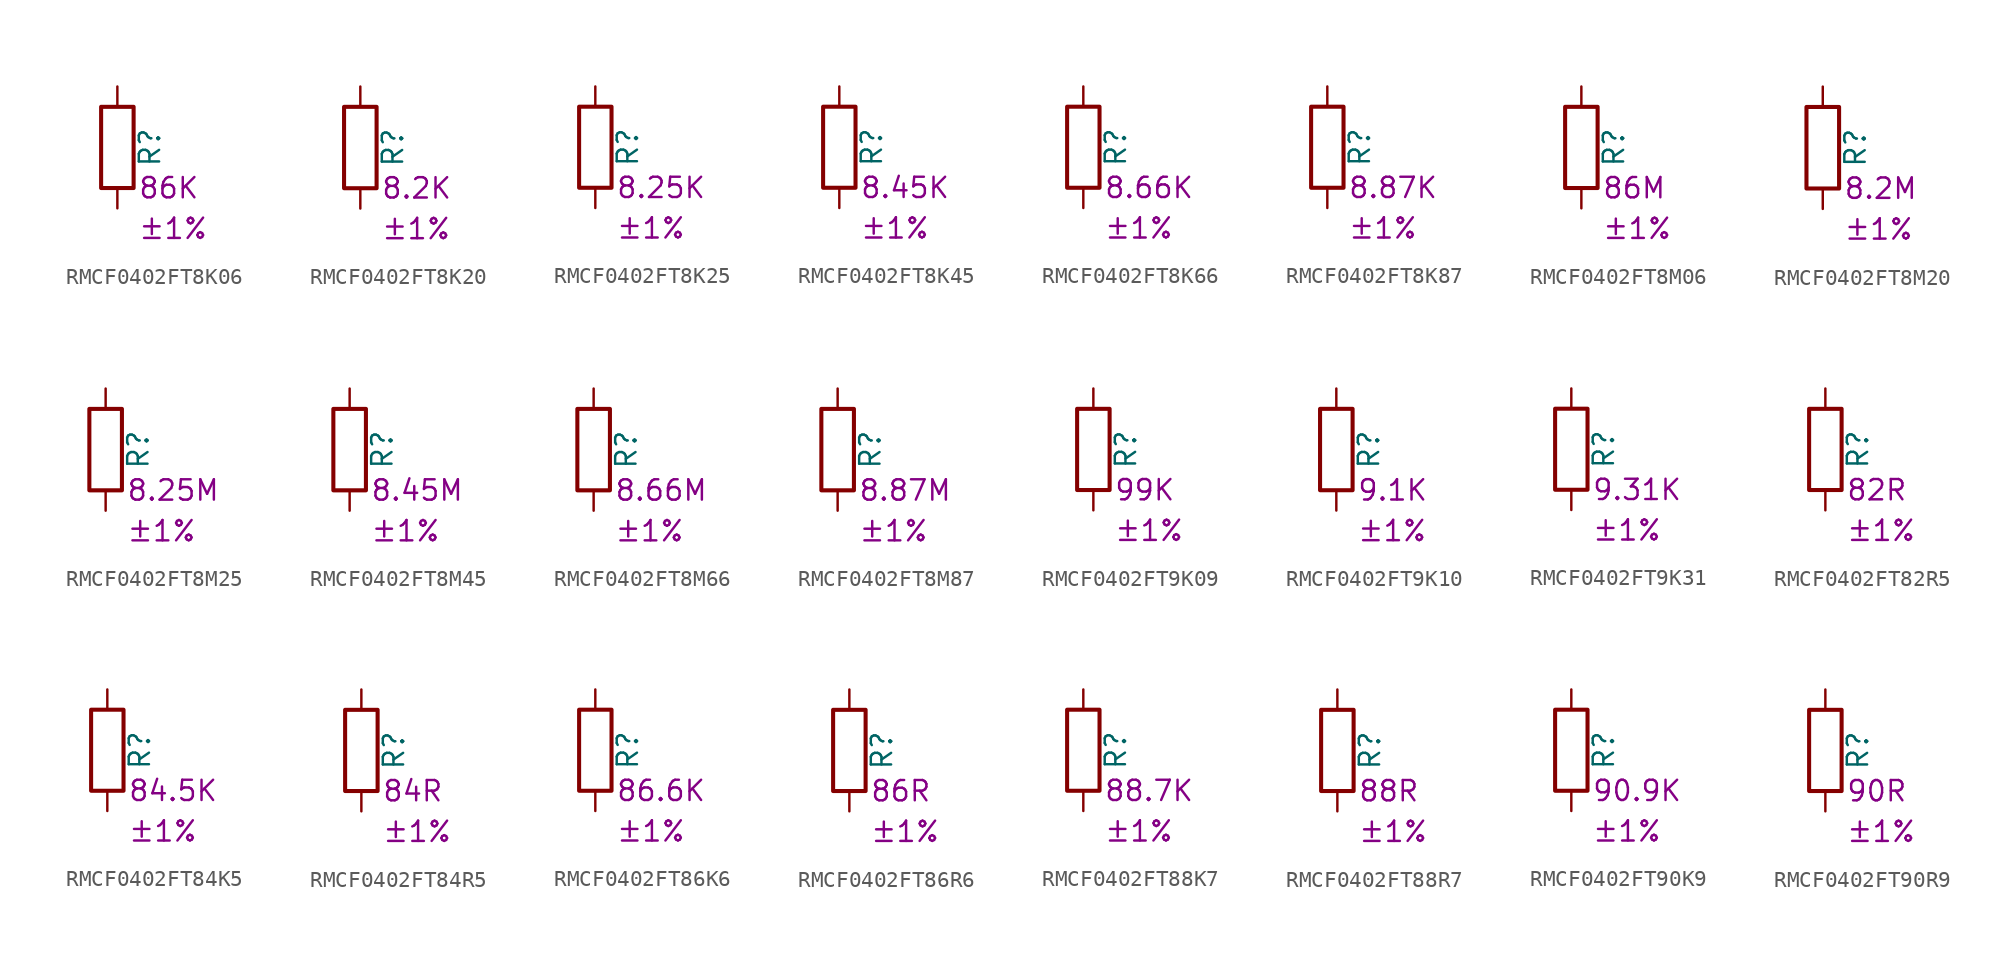
<source format=kicad_sym>
(kicad_symbol_lib
  (version 20220914)
  (generator kicad_symbol_editor)
  (symbol "RMCF0402FT8K06"
    (pin_numbers hide)
    (pin_names
      (offset 0))
    (property "Reference" "R"
      (at 2.032 0 90)
      (effects (font (size 1.27 1.27))))
    (property "Resistance" "86K"
      (at 1.27 -2.54 0)
      (effects (font (size 1.27 1.27)) (justify left)))
    (property "Tolerance" "±1%"
      (at 1.27 -5.08 0)
      (effects (font (size 1.27 1.27)) (justify left)))
    (symbol "RMCF0402FT8K06_0_1"
      (rectangle (start -1.016 -2.54) (end 1.016 2.54) (stroke (width 0.254) (type default)) (fill (type none))))
    (symbol "RMCF0402FT8K06_1_1"
      (pin passive line (at 0 3.81 270) (length 1.27) (name "~" (effects (font (size 1.27 1.27)))) (number "1" (effects (font (size 1.27 1.27)))))
      (pin passive line (at 0 -3.81 90) (length 1.27) (name "~" (effects (font (size 1.27 1.27)))) (number "2" (effects (font (size 1.27 1.27)))))))
  (symbol "RMCF0402FT8K20"
    (pin_numbers hide)
    (pin_names
      (offset 0))
    (property "Reference" "R"
      (at 2.032 0 90)
      (effects (font (size 1.27 1.27))))
    (property "Resistance" "8.2K"
      (at 1.27 -2.54 0)
      (effects (font (size 1.27 1.27)) (justify left)))
    (property "Tolerance" "±1%"
      (at 1.27 -5.08 0)
      (effects (font (size 1.27 1.27)) (justify left)))
    (symbol "RMCF0402FT8K20_0_1"
      (rectangle (start -1.016 -2.54) (end 1.016 2.54) (stroke (width 0.254) (type default)) (fill (type none))))
    (symbol "RMCF0402FT8K20_1_1"
      (pin passive line (at 0 3.81 270) (length 1.27) (name "~" (effects (font (size 1.27 1.27)))) (number "1" (effects (font (size 1.27 1.27)))))
      (pin passive line (at 0 -3.81 90) (length 1.27) (name "~" (effects (font (size 1.27 1.27)))) (number "2" (effects (font (size 1.27 1.27)))))))
  (symbol "RMCF0402FT8K25"
    (pin_numbers hide)
    (pin_names
      (offset 0))
    (property "Reference" "R"
      (at 2.032 0 90)
      (effects (font (size 1.27 1.27))))
    (property "Resistance" "8.25K"
      (at 1.27 -2.54 0)
      (effects (font (size 1.27 1.27)) (justify left)))
    (property "Tolerance" "±1%"
      (at 1.27 -5.08 0)
      (effects (font (size 1.27 1.27)) (justify left)))
    (symbol "RMCF0402FT8K25_0_1"
      (rectangle (start -1.016 -2.54) (end 1.016 2.54) (stroke (width 0.254) (type default)) (fill (type none))))
    (symbol "RMCF0402FT8K25_1_1"
      (pin passive line (at 0 3.81 270) (length 1.27) (name "~" (effects (font (size 1.27 1.27)))) (number "1" (effects (font (size 1.27 1.27)))))
      (pin passive line (at 0 -3.81 90) (length 1.27) (name "~" (effects (font (size 1.27 1.27)))) (number "2" (effects (font (size 1.27 1.27)))))))
  (symbol "RMCF0402FT8K45"
    (pin_numbers hide)
    (pin_names
      (offset 0))
    (property "Reference" "R"
      (at 2.032 0 90)
      (effects (font (size 1.27 1.27))))
    (property "Resistance" "8.45K"
      (at 1.27 -2.54 0)
      (effects (font (size 1.27 1.27)) (justify left)))
    (property "Tolerance" "±1%"
      (at 1.27 -5.08 0)
      (effects (font (size 1.27 1.27)) (justify left)))
    (symbol "RMCF0402FT8K45_0_1"
      (rectangle (start -1.016 -2.54) (end 1.016 2.54) (stroke (width 0.254) (type default)) (fill (type none))))
    (symbol "RMCF0402FT8K45_1_1"
      (pin passive line (at 0 3.81 270) (length 1.27) (name "~" (effects (font (size 1.27 1.27)))) (number "1" (effects (font (size 1.27 1.27)))))
      (pin passive line (at 0 -3.81 90) (length 1.27) (name "~" (effects (font (size 1.27 1.27)))) (number "2" (effects (font (size 1.27 1.27)))))))
  (symbol "RMCF0402FT8K66"
    (pin_numbers hide)
    (pin_names
      (offset 0))
    (property "Reference" "R"
      (at 2.032 0 90)
      (effects (font (size 1.27 1.27))))
    (property "Resistance" "8.66K"
      (at 1.27 -2.54 0)
      (effects (font (size 1.27 1.27)) (justify left)))
    (property "Tolerance" "±1%"
      (at 1.27 -5.08 0)
      (effects (font (size 1.27 1.27)) (justify left)))
    (symbol "RMCF0402FT8K66_0_1"
      (rectangle (start -1.016 -2.54) (end 1.016 2.54) (stroke (width 0.254) (type default)) (fill (type none))))
    (symbol "RMCF0402FT8K66_1_1"
      (pin passive line (at 0 3.81 270) (length 1.27) (name "~" (effects (font (size 1.27 1.27)))) (number "1" (effects (font (size 1.27 1.27)))))
      (pin passive line (at 0 -3.81 90) (length 1.27) (name "~" (effects (font (size 1.27 1.27)))) (number "2" (effects (font (size 1.27 1.27)))))))
  (symbol "RMCF0402FT8K87"
    (pin_numbers hide)
    (pin_names
      (offset 0))
    (property "Reference" "R"
      (at 2.032 0 90)
      (effects (font (size 1.27 1.27))))
    (property "Resistance" "8.87K"
      (at 1.27 -2.54 0)
      (effects (font (size 1.27 1.27)) (justify left)))
    (property "Tolerance" "±1%"
      (at 1.27 -5.08 0)
      (effects (font (size 1.27 1.27)) (justify left)))
    (symbol "RMCF0402FT8K87_0_1"
      (rectangle (start -1.016 -2.54) (end 1.016 2.54) (stroke (width 0.254) (type default)) (fill (type none))))
    (symbol "RMCF0402FT8K87_1_1"
      (pin passive line (at 0 3.81 270) (length 1.27) (name "~" (effects (font (size 1.27 1.27)))) (number "1" (effects (font (size 1.27 1.27)))))
      (pin passive line (at 0 -3.81 90) (length 1.27) (name "~" (effects (font (size 1.27 1.27)))) (number "2" (effects (font (size 1.27 1.27)))))))
  (symbol "RMCF0402FT8M06"
    (pin_numbers hide)
    (pin_names
      (offset 0))
    (property "Reference" "R"
      (at 2.032 0 90)
      (effects (font (size 1.27 1.27))))
    (property "Resistance" "86M"
      (at 1.27 -2.54 0)
      (effects (font (size 1.27 1.27)) (justify left)))
    (property "Tolerance" "±1%"
      (at 1.27 -5.08 0)
      (effects (font (size 1.27 1.27)) (justify left)))
    (symbol "RMCF0402FT8M06_0_1"
      (rectangle (start -1.016 -2.54) (end 1.016 2.54) (stroke (width 0.254) (type default)) (fill (type none))))
    (symbol "RMCF0402FT8M06_1_1"
      (pin passive line (at 0 3.81 270) (length 1.27) (name "~" (effects (font (size 1.27 1.27)))) (number "1" (effects (font (size 1.27 1.27)))))
      (pin passive line (at 0 -3.81 90) (length 1.27) (name "~" (effects (font (size 1.27 1.27)))) (number "2" (effects (font (size 1.27 1.27)))))))
  (symbol "RMCF0402FT8M20"
    (pin_numbers hide)
    (pin_names
      (offset 0))
    (property "Reference" "R"
      (at 2.032 0 90)
      (effects (font (size 1.27 1.27))))
    (property "Resistance" "8.2M"
      (at 1.27 -2.54 0)
      (effects (font (size 1.27 1.27)) (justify left)))
    (property "Tolerance" "±1%"
      (at 1.27 -5.08 0)
      (effects (font (size 1.27 1.27)) (justify left)))
    (symbol "RMCF0402FT8M20_0_1"
      (rectangle (start -1.016 -2.54) (end 1.016 2.54) (stroke (width 0.254) (type default)) (fill (type none))))
    (symbol "RMCF0402FT8M20_1_1"
      (pin passive line (at 0 3.81 270) (length 1.27) (name "~" (effects (font (size 1.27 1.27)))) (number "1" (effects (font (size 1.27 1.27)))))
      (pin passive line (at 0 -3.81 90) (length 1.27) (name "~" (effects (font (size 1.27 1.27)))) (number "2" (effects (font (size 1.27 1.27)))))))
  (symbol "RMCF0402FT8M25"
    (pin_numbers hide)
    (pin_names
      (offset 0))
    (property "Reference" "R"
      (at 2.032 0 90)
      (effects (font (size 1.27 1.27))))
    (property "Resistance" "8.25M"
      (at 1.27 -2.54 0)
      (effects (font (size 1.27 1.27)) (justify left)))
    (property "Tolerance" "±1%"
      (at 1.27 -5.08 0)
      (effects (font (size 1.27 1.27)) (justify left)))
    (symbol "RMCF0402FT8M25_0_1"
      (rectangle (start -1.016 -2.54) (end 1.016 2.54) (stroke (width 0.254) (type default)) (fill (type none))))
    (symbol "RMCF0402FT8M25_1_1"
      (pin passive line (at 0 3.81 270) (length 1.27) (name "~" (effects (font (size 1.27 1.27)))) (number "1" (effects (font (size 1.27 1.27)))))
      (pin passive line (at 0 -3.81 90) (length 1.27) (name "~" (effects (font (size 1.27 1.27)))) (number "2" (effects (font (size 1.27 1.27)))))))
  (symbol "RMCF0402FT8M45"
    (pin_numbers hide)
    (pin_names
      (offset 0))
    (property "Reference" "R"
      (at 2.032 0 90)
      (effects (font (size 1.27 1.27))))
    (property "Resistance" "8.45M"
      (at 1.27 -2.54 0)
      (effects (font (size 1.27 1.27)) (justify left)))
    (property "Tolerance" "±1%"
      (at 1.27 -5.08 0)
      (effects (font (size 1.27 1.27)) (justify left)))
    (symbol "RMCF0402FT8M45_0_1"
      (rectangle (start -1.016 -2.54) (end 1.016 2.54) (stroke (width 0.254) (type default)) (fill (type none))))
    (symbol "RMCF0402FT8M45_1_1"
      (pin passive line (at 0 3.81 270) (length 1.27) (name "~" (effects (font (size 1.27 1.27)))) (number "1" (effects (font (size 1.27 1.27)))))
      (pin passive line (at 0 -3.81 90) (length 1.27) (name "~" (effects (font (size 1.27 1.27)))) (number "2" (effects (font (size 1.27 1.27)))))))
  (symbol "RMCF0402FT8M66"
    (pin_numbers hide)
    (pin_names
      (offset 0))
    (property "Reference" "R"
      (at 2.032 0 90)
      (effects (font (size 1.27 1.27))))
    (property "Resistance" "8.66M"
      (at 1.27 -2.54 0)
      (effects (font (size 1.27 1.27)) (justify left)))
    (property "Tolerance" "±1%"
      (at 1.27 -5.08 0)
      (effects (font (size 1.27 1.27)) (justify left)))
    (symbol "RMCF0402FT8M66_0_1"
      (rectangle (start -1.016 -2.54) (end 1.016 2.54) (stroke (width 0.254) (type default)) (fill (type none))))
    (symbol "RMCF0402FT8M66_1_1"
      (pin passive line (at 0 3.81 270) (length 1.27) (name "~" (effects (font (size 1.27 1.27)))) (number "1" (effects (font (size 1.27 1.27)))))
      (pin passive line (at 0 -3.81 90) (length 1.27) (name "~" (effects (font (size 1.27 1.27)))) (number "2" (effects (font (size 1.27 1.27)))))))
  (symbol "RMCF0402FT8M87"
    (pin_numbers hide)
    (pin_names
      (offset 0))
    (property "Reference" "R"
      (at 2.032 0 90)
      (effects (font (size 1.27 1.27))))
    (property "Resistance" "8.87M"
      (at 1.27 -2.54 0)
      (effects (font (size 1.27 1.27)) (justify left)))
    (property "Tolerance" "±1%"
      (at 1.27 -5.08 0)
      (effects (font (size 1.27 1.27)) (justify left)))
    (symbol "RMCF0402FT8M87_0_1"
      (rectangle (start -1.016 -2.54) (end 1.016 2.54) (stroke (width 0.254) (type default)) (fill (type none))))
    (symbol "RMCF0402FT8M87_1_1"
      (pin passive line (at 0 3.81 270) (length 1.27) (name "~" (effects (font (size 1.27 1.27)))) (number "1" (effects (font (size 1.27 1.27)))))
      (pin passive line (at 0 -3.81 90) (length 1.27) (name "~" (effects (font (size 1.27 1.27)))) (number "2" (effects (font (size 1.27 1.27)))))))
  (symbol "RMCF0402FT9K09"
    (pin_numbers hide)
    (pin_names
      (offset 0))
    (property "Reference" "R"
      (at 2.032 0 90)
      (effects (font (size 1.27 1.27))))
    (property "Resistance" "99K"
      (at 1.27 -2.54 0)
      (effects (font (size 1.27 1.27)) (justify left)))
    (property "Tolerance" "±1%"
      (at 1.27 -5.08 0)
      (effects (font (size 1.27 1.27)) (justify left)))
    (symbol "RMCF0402FT9K09_0_1"
      (rectangle (start -1.016 -2.54) (end 1.016 2.54) (stroke (width 0.254) (type default)) (fill (type none))))
    (symbol "RMCF0402FT9K09_1_1"
      (pin passive line (at 0 3.81 270) (length 1.27) (name "~" (effects (font (size 1.27 1.27)))) (number "1" (effects (font (size 1.27 1.27)))))
      (pin passive line (at 0 -3.81 90) (length 1.27) (name "~" (effects (font (size 1.27 1.27)))) (number "2" (effects (font (size 1.27 1.27)))))))
  (symbol "RMCF0402FT9K10"
    (pin_numbers hide)
    (pin_names
      (offset 0))
    (property "Reference" "R"
      (at 2.032 0 90)
      (effects (font (size 1.27 1.27))))
    (property "Resistance" "9.1K"
      (at 1.27 -2.54 0)
      (effects (font (size 1.27 1.27)) (justify left)))
    (property "Tolerance" "±1%"
      (at 1.27 -5.08 0)
      (effects (font (size 1.27 1.27)) (justify left)))
    (symbol "RMCF0402FT9K10_0_1"
      (rectangle (start -1.016 -2.54) (end 1.016 2.54) (stroke (width 0.254) (type default)) (fill (type none))))
    (symbol "RMCF0402FT9K10_1_1"
      (pin passive line (at 0 3.81 270) (length 1.27) (name "~" (effects (font (size 1.27 1.27)))) (number "1" (effects (font (size 1.27 1.27)))))
      (pin passive line (at 0 -3.81 90) (length 1.27) (name "~" (effects (font (size 1.27 1.27)))) (number "2" (effects (font (size 1.27 1.27)))))))
  (symbol "RMCF0402FT9K31"
    (pin_numbers hide)
    (pin_names
      (offset 0))
    (property "Reference" "R"
      (at 2.032 0 90)
      (effects (font (size 1.27 1.27))))
    (property "Resistance" "9.31K"
      (at 1.27 -2.54 0)
      (effects (font (size 1.27 1.27)) (justify left)))
    (property "Tolerance" "±1%"
      (at 1.27 -5.08 0)
      (effects (font (size 1.27 1.27)) (justify left)))
    (symbol "RMCF0402FT9K31_0_1"
      (rectangle (start -1.016 -2.54) (end 1.016 2.54) (stroke (width 0.254) (type default)) (fill (type none))))
    (symbol "RMCF0402FT9K31_1_1"
      (pin passive line (at 0 3.81 270) (length 1.27) (name "~" (effects (font (size 1.27 1.27)))) (number "1" (effects (font (size 1.27 1.27)))))
      (pin passive line (at 0 -3.81 90) (length 1.27) (name "~" (effects (font (size 1.27 1.27)))) (number "2" (effects (font (size 1.27 1.27)))))))
  (symbol "RMCF0402FT82R5"
    (pin_numbers hide)
    (pin_names
      (offset 0))
    (property "Reference" "R"
      (at 2.032 0 90)
      (effects (font (size 1.27 1.27))))
    (property "Resistance" "82R"
      (at 1.27 -2.54 0)
      (effects (font (size 1.27 1.27)) (justify left)))
    (property "Tolerance" "±1%"
      (at 1.27 -5.08 0)
      (effects (font (size 1.27 1.27)) (justify left)))
    (symbol "RMCF0402FT82R5_0_1"
      (rectangle (start -1.016 -2.54) (end 1.016 2.54) (stroke (width 0.254) (type default)) (fill (type none))))
    (symbol "RMCF0402FT82R5_1_1"
      (pin passive line (at 0 3.81 270) (length 1.27) (name "~" (effects (font (size 1.27 1.27)))) (number "1" (effects (font (size 1.27 1.27)))))
      (pin passive line (at 0 -3.81 90) (length 1.27) (name "~" (effects (font (size 1.27 1.27)))) (number "2" (effects (font (size 1.27 1.27)))))))
  (symbol "RMCF0402FT84K5"
    (pin_numbers hide)
    (pin_names
      (offset 0))
    (property "Reference" "R"
      (at 2.032 0 90)
      (effects (font (size 1.27 1.27))))
    (property "Resistance" "84.5K"
      (at 1.27 -2.54 0)
      (effects (font (size 1.27 1.27)) (justify left)))
    (property "Tolerance" "±1%"
      (at 1.27 -5.08 0)
      (effects (font (size 1.27 1.27)) (justify left)))
    (symbol "RMCF0402FT84K5_0_1"
      (rectangle (start -1.016 -2.54) (end 1.016 2.54) (stroke (width 0.254) (type default)) (fill (type none))))
    (symbol "RMCF0402FT84K5_1_1"
      (pin passive line (at 0 3.81 270) (length 1.27) (name "~" (effects (font (size 1.27 1.27)))) (number "1" (effects (font (size 1.27 1.27)))))
      (pin passive line (at 0 -3.81 90) (length 1.27) (name "~" (effects (font (size 1.27 1.27)))) (number "2" (effects (font (size 1.27 1.27)))))))
  (symbol "RMCF0402FT84R5"
    (pin_numbers hide)
    (pin_names
      (offset 0))
    (property "Reference" "R"
      (at 2.032 0 90)
      (effects (font (size 1.27 1.27))))
    (property "Resistance" "84R"
      (at 1.27 -2.54 0)
      (effects (font (size 1.27 1.27)) (justify left)))
    (property "Tolerance" "±1%"
      (at 1.27 -5.08 0)
      (effects (font (size 1.27 1.27)) (justify left)))
    (symbol "RMCF0402FT84R5_0_1"
      (rectangle (start -1.016 -2.54) (end 1.016 2.54) (stroke (width 0.254) (type default)) (fill (type none))))
    (symbol "RMCF0402FT84R5_1_1"
      (pin passive line (at 0 3.81 270) (length 1.27) (name "~" (effects (font (size 1.27 1.27)))) (number "1" (effects (font (size 1.27 1.27)))))
      (pin passive line (at 0 -3.81 90) (length 1.27) (name "~" (effects (font (size 1.27 1.27)))) (number "2" (effects (font (size 1.27 1.27)))))))
  (symbol "RMCF0402FT86K6"
    (pin_numbers hide)
    (pin_names
      (offset 0))
    (property "Reference" "R"
      (at 2.032 0 90)
      (effects (font (size 1.27 1.27))))
    (property "Resistance" "86.6K"
      (at 1.27 -2.54 0)
      (effects (font (size 1.27 1.27)) (justify left)))
    (property "Tolerance" "±1%"
      (at 1.27 -5.08 0)
      (effects (font (size 1.27 1.27)) (justify left)))
    (symbol "RMCF0402FT86K6_0_1"
      (rectangle (start -1.016 -2.54) (end 1.016 2.54) (stroke (width 0.254) (type default)) (fill (type none))))
    (symbol "RMCF0402FT86K6_1_1"
      (pin passive line (at 0 3.81 270) (length 1.27) (name "~" (effects (font (size 1.27 1.27)))) (number "1" (effects (font (size 1.27 1.27)))))
      (pin passive line (at 0 -3.81 90) (length 1.27) (name "~" (effects (font (size 1.27 1.27)))) (number "2" (effects (font (size 1.27 1.27)))))))
  (symbol "RMCF0402FT86R6"
    (pin_numbers hide)
    (pin_names
      (offset 0))
    (property "Reference" "R"
      (at 2.032 0 90)
      (effects (font (size 1.27 1.27))))
    (property "Resistance" "86R"
      (at 1.27 -2.54 0)
      (effects (font (size 1.27 1.27)) (justify left)))
    (property "Tolerance" "±1%"
      (at 1.27 -5.08 0)
      (effects (font (size 1.27 1.27)) (justify left)))
    (symbol "RMCF0402FT86R6_0_1"
      (rectangle (start -1.016 -2.54) (end 1.016 2.54) (stroke (width 0.254) (type default)) (fill (type none))))
    (symbol "RMCF0402FT86R6_1_1"
      (pin passive line (at 0 3.81 270) (length 1.27) (name "~" (effects (font (size 1.27 1.27)))) (number "1" (effects (font (size 1.27 1.27)))))
      (pin passive line (at 0 -3.81 90) (length 1.27) (name "~" (effects (font (size 1.27 1.27)))) (number "2" (effects (font (size 1.27 1.27)))))))
  (symbol "RMCF0402FT88K7"
    (pin_numbers hide)
    (pin_names
      (offset 0))
    (property "Reference" "R"
      (at 2.032 0 90)
      (effects (font (size 1.27 1.27))))
    (property "Resistance" "88.7K"
      (at 1.27 -2.54 0)
      (effects (font (size 1.27 1.27)) (justify left)))
    (property "Tolerance" "±1%"
      (at 1.27 -5.08 0)
      (effects (font (size 1.27 1.27)) (justify left)))
    (symbol "RMCF0402FT88K7_0_1"
      (rectangle (start -1.016 -2.54) (end 1.016 2.54) (stroke (width 0.254) (type default)) (fill (type none))))
    (symbol "RMCF0402FT88K7_1_1"
      (pin passive line (at 0 3.81 270) (length 1.27) (name "~" (effects (font (size 1.27 1.27)))) (number "1" (effects (font (size 1.27 1.27)))))
      (pin passive line (at 0 -3.81 90) (length 1.27) (name "~" (effects (font (size 1.27 1.27)))) (number "2" (effects (font (size 1.27 1.27)))))))
  (symbol "RMCF0402FT88R7"
    (pin_numbers hide)
    (pin_names
      (offset 0))
    (property "Reference" "R"
      (at 2.032 0 90)
      (effects (font (size 1.27 1.27))))
    (property "Resistance" "88R"
      (at 1.27 -2.54 0)
      (effects (font (size 1.27 1.27)) (justify left)))
    (property "Tolerance" "±1%"
      (at 1.27 -5.08 0)
      (effects (font (size 1.27 1.27)) (justify left)))
    (symbol "RMCF0402FT88R7_0_1"
      (rectangle (start -1.016 -2.54) (end 1.016 2.54) (stroke (width 0.254) (type default)) (fill (type none))))
    (symbol "RMCF0402FT88R7_1_1"
      (pin passive line (at 0 3.81 270) (length 1.27) (name "~" (effects (font (size 1.27 1.27)))) (number "1" (effects (font (size 1.27 1.27)))))
      (pin passive line (at 0 -3.81 90) (length 1.27) (name "~" (effects (font (size 1.27 1.27)))) (number "2" (effects (font (size 1.27 1.27)))))))
  (symbol "RMCF0402FT90K9"
    (pin_numbers hide)
    (pin_names
      (offset 0))
    (property "Reference" "R"
      (at 2.032 0 90)
      (effects (font (size 1.27 1.27))))
    (property "Resistance" "90.9K"
      (at 1.27 -2.54 0)
      (effects (font (size 1.27 1.27)) (justify left)))
    (property "Tolerance" "±1%"
      (at 1.27 -5.08 0)
      (effects (font (size 1.27 1.27)) (justify left)))
    (symbol "RMCF0402FT90K9_0_1"
      (rectangle (start -1.016 -2.54) (end 1.016 2.54) (stroke (width 0.254) (type default)) (fill (type none))))
    (symbol "RMCF0402FT90K9_1_1"
      (pin passive line (at 0 3.81 270) (length 1.27) (name "~" (effects (font (size 1.27 1.27)))) (number "1" (effects (font (size 1.27 1.27)))))
      (pin passive line (at 0 -3.81 90) (length 1.27) (name "~" (effects (font (size 1.27 1.27)))) (number "2" (effects (font (size 1.27 1.27)))))))
  (symbol "RMCF0402FT90R9"
    (pin_numbers hide)
    (pin_names
      (offset 0))
    (property "Reference" "R"
      (at 2.032 0 90)
      (effects (font (size 1.27 1.27))))
    (property "Resistance" "90R"
      (at 1.27 -2.54 0)
      (effects (font (size 1.27 1.27)) (justify left)))
    (property "Tolerance" "±1%"
      (at 1.27 -5.08 0)
      (effects (font (size 1.27 1.27)) (justify left)))
    (symbol "RMCF0402FT90R9_0_1"
      (rectangle (start -1.016 -2.54) (end 1.016 2.54) (stroke (width 0.254) (type default)) (fill (type none))))
    (symbol "RMCF0402FT90R9_1_1"
      (pin passive line (at 0 3.81 270) (length 1.27) (name "~" (effects (font (size 1.27 1.27)))) (number "1" (effects (font (size 1.27 1.27)))))
      (pin passive line (at 0 -3.81 90) (length 1.27) (name "~" (effects (font (size 1.27 1.27)))) (number "2" (effects (font (size 1.27 1.27))))))))
</source>
